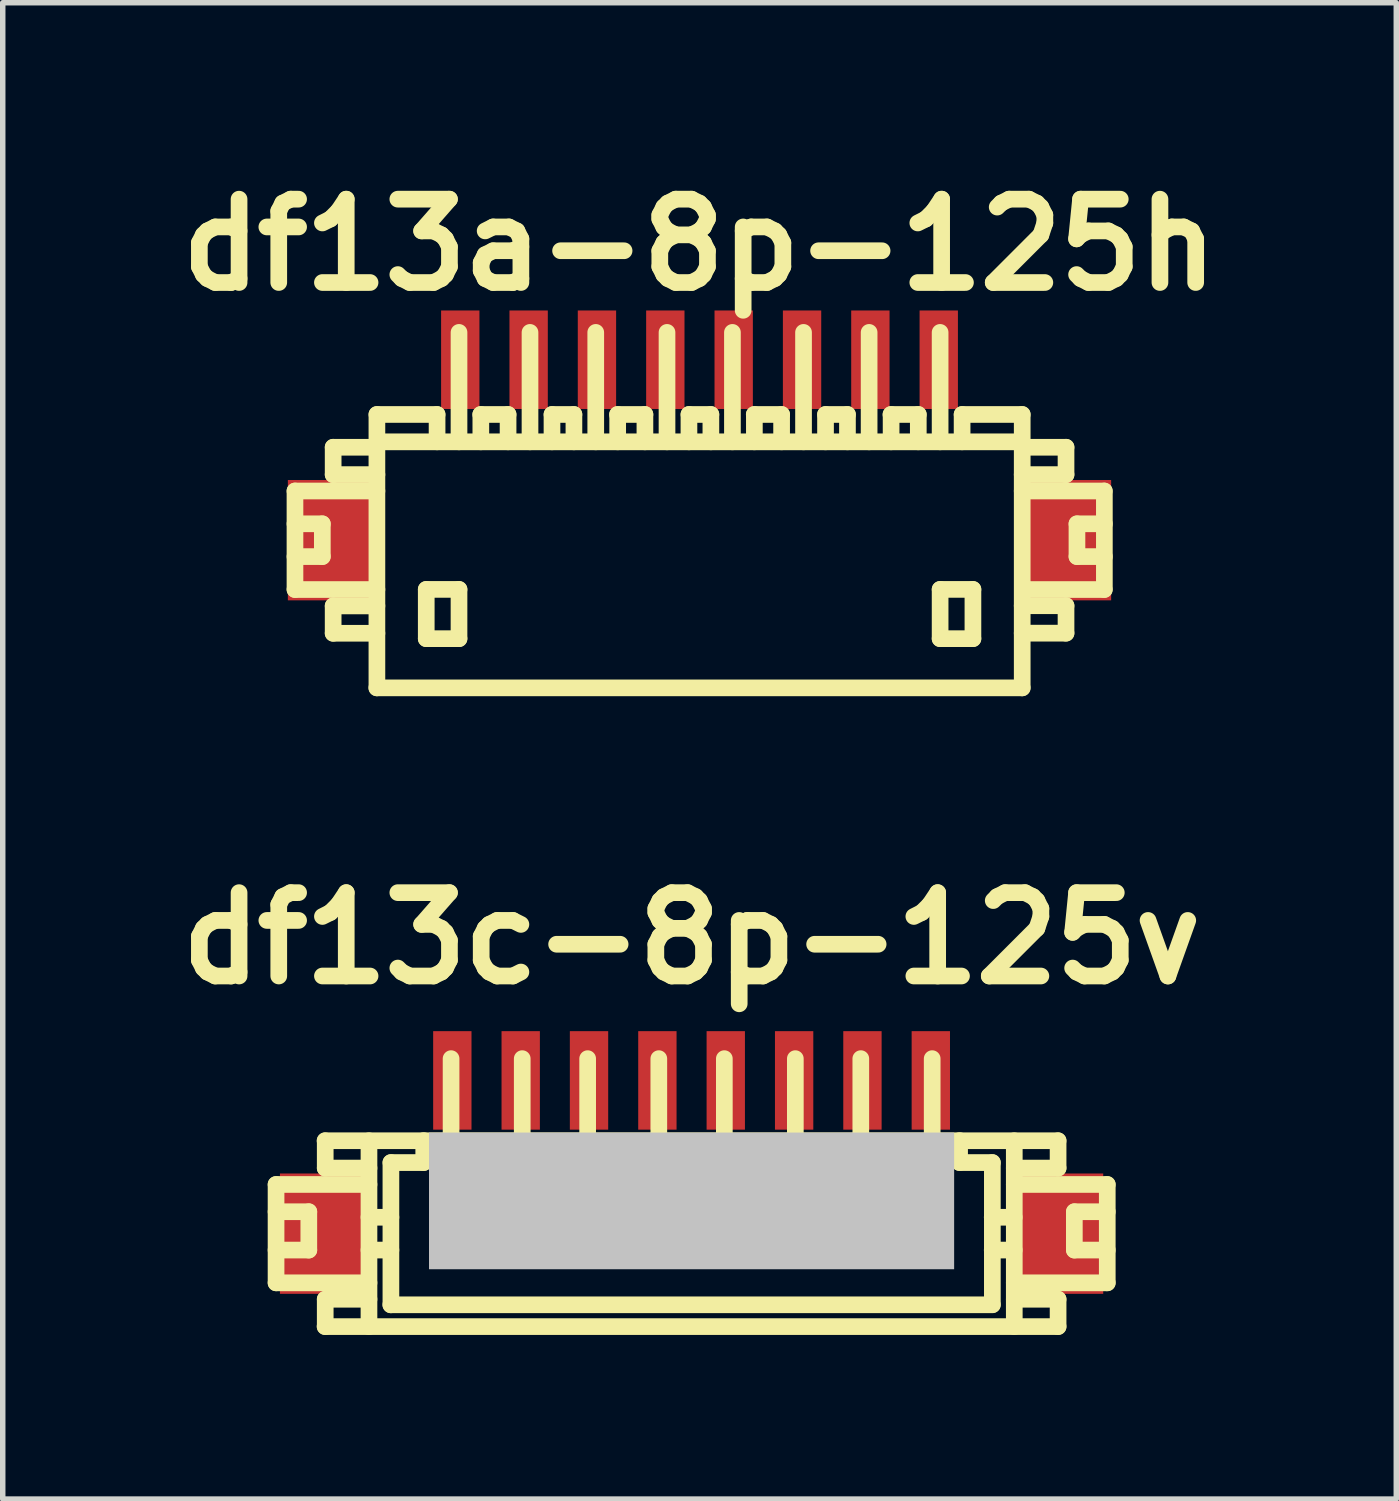
<source format=kicad_pcb>
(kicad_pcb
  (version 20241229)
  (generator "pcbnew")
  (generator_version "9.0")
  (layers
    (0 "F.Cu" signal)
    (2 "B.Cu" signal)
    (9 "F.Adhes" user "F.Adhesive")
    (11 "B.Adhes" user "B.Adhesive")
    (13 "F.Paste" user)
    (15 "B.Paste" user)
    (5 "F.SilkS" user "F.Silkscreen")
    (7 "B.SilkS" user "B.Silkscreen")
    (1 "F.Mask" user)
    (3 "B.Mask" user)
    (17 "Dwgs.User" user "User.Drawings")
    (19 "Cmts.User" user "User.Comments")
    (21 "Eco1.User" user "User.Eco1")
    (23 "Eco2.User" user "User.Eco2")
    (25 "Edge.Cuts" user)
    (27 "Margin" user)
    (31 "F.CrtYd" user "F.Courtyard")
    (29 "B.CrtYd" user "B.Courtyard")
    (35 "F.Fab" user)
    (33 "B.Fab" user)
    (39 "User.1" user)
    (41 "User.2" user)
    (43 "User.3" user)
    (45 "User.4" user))
  (footprint "df13a-8p-125h"
    (layer "F.Cu")
    (at 9.739 7.027)
    (property "Reference" "df13a-8p-125h" (at 0 -5.601 0) (layer "F.SilkS") (effects (font (size 1.524 1.524) (thickness 0.305))))
    (attr through_hole)
    (fp_line (start -7.396 -1.1) (end -7.396 0.701) (stroke (width 0.305) (type solid)) (layer "F.SilkS"))
    (fp_line (start -7.396 0.701) (end -5.898 0.701) (stroke (width 0.305) (type solid)) (layer "F.SilkS"))
    (fp_line (start -6.896 -0.5) (end -7.396 -0.5) (stroke (width 0.305) (type solid)) (layer "F.SilkS"))
    (fp_line (start -6.896 0.099) (end -7.396 0.099) (stroke (width 0.305) (type solid)) (layer "F.SilkS"))
    (fp_line (start -6.896 0.099) (end -6.896 -0.5) (stroke (width 0.305) (type solid)) (layer "F.SilkS"))
    (fp_line (start -6.698 -1.9) (end -6.698 -1.4) (stroke (width 0.305) (type solid)) (layer "F.SilkS"))
    (fp_line (start -6.698 -1.9) (end -5.898 -1.9) (stroke (width 0.305) (type solid)) (layer "F.SilkS"))
    (fp_line (start -6.698 1.001) (end -6.698 1.501) (stroke (width 0.305) (type solid)) (layer "F.SilkS"))
    (fp_line (start -6.698 1.501) (end -5.898 1.501) (stroke (width 0.305) (type solid)) (layer "F.SilkS"))
    (fp_line (start -5.9 -1.999) (end 5.9 -1.999) (stroke (width 0.305) (type solid)) (layer "F.SilkS"))
    (fp_line (start -5.9 2.499) (end 5.9 2.499) (stroke (width 0.305) (type solid)) (layer "F.SilkS"))
    (fp_line (start -5.898 -1.4) (end -6.698 -1.4) (stroke (width 0.305) (type solid)) (layer "F.SilkS"))
    (fp_line (start -5.898 -1.1) (end -7.396 -1.1) (stroke (width 0.305) (type solid)) (layer "F.SilkS"))
    (fp_line (start -5.898 1.001) (end -6.698 1.001) (stroke (width 0.305) (type solid)) (layer "F.SilkS"))
    (fp_line (start -5.898 2.499) (end -5.898 -2.499) (stroke (width 0.305) (type solid)) (layer "F.SilkS"))
    (fp_line (start -4.996 0.699) (end -4.996 1.6) (stroke (width 0.305) (type solid)) (layer "F.SilkS"))
    (fp_line (start -4.996 1.6) (end -4.397 1.6) (stroke (width 0.305) (type solid)) (layer "F.SilkS"))
    (fp_line (start -4.798 -2.499) (end -5.898 -2.499) (stroke (width 0.305) (type solid)) (layer "F.SilkS"))
    (fp_line (start -4.798 -2.499) (end -4.798 -1.999) (stroke (width 0.305) (type solid)) (layer "F.SilkS"))
    (fp_line (start -4.397 -4) (end -4.397 -1.999) (stroke (width 0.305) (type solid)) (layer "F.SilkS"))
    (fp_line (start -4.397 0.699) (end -4.996 0.699) (stroke (width 0.305) (type solid)) (layer "F.SilkS"))
    (fp_line (start -4.397 1.6) (end -4.397 0.699) (stroke (width 0.305) (type solid)) (layer "F.SilkS"))
    (fp_line (start -4 -2.499) (end -3.5 -2.499) (stroke (width 0.305) (type solid)) (layer "F.SilkS"))
    (fp_line (start -3.998 -1.999) (end -3.998 -2.499) (stroke (width 0.305) (type solid)) (layer "F.SilkS"))
    (fp_line (start -3.5 -2.499) (end -3.5 -1.999) (stroke (width 0.305) (type solid)) (layer "F.SilkS"))
    (fp_line (start -3.099 -1.999) (end -3.099 -4) (stroke (width 0.305) (type solid)) (layer "F.SilkS"))
    (fp_line (start -2.697 -2.499) (end -2.697 -1.999) (stroke (width 0.305) (type solid)) (layer "F.SilkS"))
    (fp_line (start -2.296 -2.499) (end -2.697 -2.499) (stroke (width 0.305) (type solid)) (layer "F.SilkS"))
    (fp_line (start -2.296 -2.499) (end -2.296 -1.999) (stroke (width 0.305) (type solid)) (layer "F.SilkS"))
    (fp_line (start -1.897 -1.999) (end -1.897 -4) (stroke (width 0.305) (type solid)) (layer "F.SilkS"))
    (fp_line (start -1.499 -2.499) (end -0.998 -2.499) (stroke (width 0.305) (type solid)) (layer "F.SilkS"))
    (fp_line (start -1.496 -1.999) (end -1.496 -2.499) (stroke (width 0.305) (type solid)) (layer "F.SilkS"))
    (fp_line (start -0.998 -2.499) (end -0.998 -1.999) (stroke (width 0.305) (type solid)) (layer "F.SilkS"))
    (fp_line (start -0.594 -1.999) (end -0.594 -4) (stroke (width 0.305) (type solid)) (layer "F.SilkS"))
    (fp_line (start -0.193 -2.499) (end -0.193 -1.999) (stroke (width 0.305) (type solid)) (layer "F.SilkS"))
    (fp_line (start 0.208 -2.499) (end -0.193 -2.499) (stroke (width 0.305) (type solid)) (layer "F.SilkS"))
    (fp_line (start 0.208 -2.499) (end 0.208 -1.999) (stroke (width 0.305) (type solid)) (layer "F.SilkS"))
    (fp_line (start 0.602 -1.999) (end 0.602 -4) (stroke (width 0.305) (type solid)) (layer "F.SilkS"))
    (fp_line (start 1.001 -2.499) (end 1.501 -2.499) (stroke (width 0.305) (type solid)) (layer "F.SilkS"))
    (fp_line (start 1.003 -1.999) (end 1.003 -2.499) (stroke (width 0.305) (type solid)) (layer "F.SilkS"))
    (fp_line (start 1.501 -2.499) (end 1.501 -1.999) (stroke (width 0.305) (type solid)) (layer "F.SilkS"))
    (fp_line (start 1.902 -1.999) (end 1.902 -4) (stroke (width 0.305) (type solid)) (layer "F.SilkS"))
    (fp_line (start 2.304 -2.499) (end 2.304 -1.999) (stroke (width 0.305) (type solid)) (layer "F.SilkS"))
    (fp_line (start 2.705 -2.499) (end 2.304 -2.499) (stroke (width 0.305) (type solid)) (layer "F.SilkS"))
    (fp_line (start 2.705 -2.499) (end 2.705 -1.999) (stroke (width 0.305) (type solid)) (layer "F.SilkS"))
    (fp_line (start 3.101 -1.999) (end 3.101 -4) (stroke (width 0.305) (type solid)) (layer "F.SilkS"))
    (fp_line (start 3.5 -2.499) (end 4 -2.499) (stroke (width 0.305) (type solid)) (layer "F.SilkS"))
    (fp_line (start 3.503 -1.999) (end 3.503 -2.499) (stroke (width 0.305) (type solid)) (layer "F.SilkS"))
    (fp_line (start 4 -2.499) (end 4 -1.999) (stroke (width 0.305) (type solid)) (layer "F.SilkS"))
    (fp_line (start 4.399 -1.999) (end 4.399 -4) (stroke (width 0.305) (type solid)) (layer "F.SilkS"))
    (fp_line (start 4.399 0.699) (end 4.999 0.699) (stroke (width 0.305) (type solid)) (layer "F.SilkS"))
    (fp_line (start 4.399 1.6) (end 4.399 0.699) (stroke (width 0.305) (type solid)) (layer "F.SilkS"))
    (fp_line (start 4.801 -2.499) (end 4.801 -1.999) (stroke (width 0.305) (type solid)) (layer "F.SilkS"))
    (fp_line (start 4.999 0.699) (end 4.999 1.6) (stroke (width 0.305) (type solid)) (layer "F.SilkS"))
    (fp_line (start 4.999 1.6) (end 4.399 1.6) (stroke (width 0.305) (type solid)) (layer "F.SilkS"))
    (fp_line (start 5.9 -2.499) (end 4.801 -2.499) (stroke (width 0.305) (type solid)) (layer "F.SilkS"))
    (fp_line (start 5.9 -2.499) (end 5.9 2.499) (stroke (width 0.305) (type solid)) (layer "F.SilkS"))
    (fp_line (start 5.9 -1.9) (end 6.701 -1.9) (stroke (width 0.305) (type solid)) (layer "F.SilkS"))
    (fp_line (start 5.9 0.998) (end 6.701 0.998) (stroke (width 0.305) (type solid)) (layer "F.SilkS"))
    (fp_line (start 6.701 -1.9) (end 6.701 -1.4) (stroke (width 0.305) (type solid)) (layer "F.SilkS"))
    (fp_line (start 6.701 -1.4) (end 5.9 -1.4) (stroke (width 0.305) (type solid)) (layer "F.SilkS"))
    (fp_line (start 6.701 0.998) (end 6.701 1.499) (stroke (width 0.305) (type solid)) (layer "F.SilkS"))
    (fp_line (start 6.701 1.499) (end 5.9 1.499) (stroke (width 0.305) (type solid)) (layer "F.SilkS"))
    (fp_line (start 6.901 0.099) (end 6.901 -0.5) (stroke (width 0.305) (type solid)) (layer "F.SilkS"))
    (fp_line (start 7.399 -1.1) (end 5.9 -1.1) (stroke (width 0.305) (type solid)) (layer "F.SilkS"))
    (fp_line (start 7.399 0.701) (end 5.999 0.701) (stroke (width 0.305) (type solid)) (layer "F.SilkS"))
    (fp_line (start 7.402 -1.1) (end 7.402 0.701) (stroke (width 0.305) (type solid)) (layer "F.SilkS"))
    (fp_line (start 7.402 -0.5) (end 6.901 -0.5) (stroke (width 0.305) (type solid)) (layer "F.SilkS"))
    (fp_line (start 7.402 0.099) (end 6.901 0.099) (stroke (width 0.305) (type solid)) (layer "F.SilkS"))
    (pad "" smd rect (at -6.726 -0.201) (size 1.6 2.2) (layers "F.Cu" "F.Mask" "F.Paste"))
    (pad "" smd rect (at 6.726 -0.201) (size 1.6 2.2) (layers "F.Cu" "F.Mask" "F.Paste"))
    (pad "1" smd rect (at 4.374 -3.5) (size 0.701 1.801) (layers "F.Cu" "F.Mask" "F.Paste"))
    (pad "2" smd rect (at 3.124 -3.5) (size 0.701 1.801) (layers "F.Cu" "F.Mask" "F.Paste"))
    (pad "3" smd rect (at 1.875 -3.5) (size 0.701 1.801) (layers "F.Cu" "F.Mask" "F.Paste"))
    (pad "4" smd rect (at 0.625 -3.5) (size 0.701 1.801) (layers "F.Cu" "F.Mask" "F.Paste"))
    (pad "5" smd rect (at -0.625 -3.5) (size 0.701 1.801) (layers "F.Cu" "F.Mask" "F.Paste"))
    (pad "6" smd rect (at -1.875 -3.5) (size 0.701 1.801) (layers "F.Cu" "F.Mask" "F.Paste"))
    (pad "7" smd rect (at -3.124 -3.5) (size 0.701 1.801) (layers "F.Cu" "F.Mask" "F.Paste"))
    (pad "8" smd rect (at -4.374 -3.5) (size 0.701 1.801) (layers "F.Cu" "F.Mask" "F.Paste")))
  (footprint "df13c-8p-125v"
    (layer "F.Cu")
    (at 9.594 18.705)
    (property "Reference" "df13c-8p-125v" (at 0 -4.6 0) (layer "F.SilkS") (effects (font (size 1.524 1.524) (thickness 0.305))))
    (attr through_hole)
    (fp_line (start -7.597 -0.099) (end -5.898 -0.099) (stroke (width 0.305) (type solid)) (layer "F.SilkS"))
    (fp_line (start -7.597 0.399) (end -6.998 0.399) (stroke (width 0.305) (type solid)) (layer "F.SilkS"))
    (fp_line (start -7.597 1.699) (end -7.597 -0.099) (stroke (width 0.305) (type solid)) (layer "F.SilkS"))
    (fp_line (start -7.597 1.699) (end -5.898 1.699) (stroke (width 0.305) (type solid)) (layer "F.SilkS"))
    (fp_line (start -6.998 0.399) (end -6.998 1.1) (stroke (width 0.305) (type solid)) (layer "F.SilkS"))
    (fp_line (start -6.998 1.1) (end -7.597 1.1) (stroke (width 0.305) (type solid)) (layer "F.SilkS"))
    (fp_line (start -6.698 -0.399) (end -6.698 -0.899) (stroke (width 0.305) (type solid)) (layer "F.SilkS"))
    (fp_line (start -6.698 2.499) (end -6.698 1.999) (stroke (width 0.305) (type solid)) (layer "F.SilkS"))
    (fp_line (start -5.898 -0.899) (end -5.898 2.499) (stroke (width 0.305) (type solid)) (layer "F.SilkS"))
    (fp_line (start -5.898 -0.399) (end -6.698 -0.399) (stroke (width 0.305) (type solid)) (layer "F.SilkS"))
    (fp_line (start -5.898 0.5) (end -5.497 0.5) (stroke (width 0.305) (type solid)) (layer "F.SilkS"))
    (fp_line (start -5.898 1.1) (end -5.497 1.1) (stroke (width 0.305) (type solid)) (layer "F.SilkS"))
    (fp_line (start -5.898 1.999) (end -6.698 1.999) (stroke (width 0.305) (type solid)) (layer "F.SilkS"))
    (fp_line (start -5.499 2.101) (end 5.499 2.101) (stroke (width 0.305) (type solid)) (layer "F.SilkS"))
    (fp_line (start -5.497 -0.5) (end -4.897 -0.5) (stroke (width 0.305) (type solid)) (layer "F.SilkS"))
    (fp_line (start -5.497 2.101) (end -5.497 -0.5) (stroke (width 0.305) (type solid)) (layer "F.SilkS"))
    (fp_line (start -4.897 -0.902) (end -4.897 -0.5) (stroke (width 0.305) (type solid)) (layer "F.SilkS"))
    (fp_line (start -4.498 0.998) (end -4.498 1.199) (stroke (width 0.305) (type solid)) (layer "F.SilkS"))
    (fp_line (start -4.498 1.199) (end -4.298 1.199) (stroke (width 0.305) (type solid)) (layer "F.SilkS"))
    (fp_line (start -4.397 -0.902) (end -4.397 -2.4) (stroke (width 0.305) (type solid)) (layer "F.SilkS"))
    (fp_line (start -4.298 0.998) (end -4.498 0.998) (stroke (width 0.305) (type solid)) (layer "F.SilkS"))
    (fp_line (start -4.298 1.199) (end -4.298 0.998) (stroke (width 0.305) (type solid)) (layer "F.SilkS"))
    (fp_line (start -3.2 1.001) (end -3.002 1.001) (stroke (width 0.305) (type solid)) (layer "F.SilkS"))
    (fp_line (start -3.2 1.199) (end -3.2 1.001) (stroke (width 0.305) (type solid)) (layer "F.SilkS"))
    (fp_line (start -3.096 -0.899) (end -3.096 -2.4) (stroke (width 0.305) (type solid)) (layer "F.SilkS"))
    (fp_line (start -3.002 1.001) (end -3.002 1.199) (stroke (width 0.305) (type solid)) (layer "F.SilkS"))
    (fp_line (start -3.002 1.199) (end -3.2 1.199) (stroke (width 0.305) (type solid)) (layer "F.SilkS"))
    (fp_line (start -1.999 1.001) (end -1.801 1.001) (stroke (width 0.305) (type solid)) (layer "F.SilkS"))
    (fp_line (start -1.999 1.199) (end -1.999 1.001) (stroke (width 0.305) (type solid)) (layer "F.SilkS"))
    (fp_line (start -1.9 -2.4) (end -1.9 -0.899) (stroke (width 0.305) (type solid)) (layer "F.SilkS"))
    (fp_line (start -1.801 1.001) (end -1.801 1.199) (stroke (width 0.305) (type solid)) (layer "F.SilkS"))
    (fp_line (start -1.801 1.199) (end -1.999 1.199) (stroke (width 0.305) (type solid)) (layer "F.SilkS"))
    (fp_line (start -0.699 1.001) (end -0.5 1.001) (stroke (width 0.305) (type solid)) (layer "F.SilkS"))
    (fp_line (start -0.699 1.199) (end -0.699 1.001) (stroke (width 0.305) (type solid)) (layer "F.SilkS"))
    (fp_line (start -0.599 -0.899) (end -0.599 -2.4) (stroke (width 0.305) (type solid)) (layer "F.SilkS"))
    (fp_line (start -0.5 1.001) (end -0.5 1.199) (stroke (width 0.305) (type solid)) (layer "F.SilkS"))
    (fp_line (start -0.5 1.199) (end -0.699 1.199) (stroke (width 0.305) (type solid)) (layer "F.SilkS"))
    (fp_line (start 0.498 1.001) (end 0.699 1.001) (stroke (width 0.305) (type solid)) (layer "F.SilkS"))
    (fp_line (start 0.498 1.199) (end 0.498 1.001) (stroke (width 0.305) (type solid)) (layer "F.SilkS"))
    (fp_line (start 0.599 -2.4) (end 0.599 -0.899) (stroke (width 0.305) (type solid)) (layer "F.SilkS"))
    (fp_line (start 0.699 1.001) (end 0.699 1.199) (stroke (width 0.305) (type solid)) (layer "F.SilkS"))
    (fp_line (start 0.699 1.199) (end 0.498 1.199) (stroke (width 0.305) (type solid)) (layer "F.SilkS"))
    (fp_line (start 1.796 1.001) (end 1.994 1.001) (stroke (width 0.305) (type solid)) (layer "F.SilkS"))
    (fp_line (start 1.796 1.199) (end 1.796 1.001) (stroke (width 0.305) (type solid)) (layer "F.SilkS"))
    (fp_line (start 1.897 -0.899) (end 1.897 -2.4) (stroke (width 0.305) (type solid)) (layer "F.SilkS"))
    (fp_line (start 1.994 1.001) (end 1.994 1.199) (stroke (width 0.305) (type solid)) (layer "F.SilkS"))
    (fp_line (start 1.994 1.199) (end 1.796 1.199) (stroke (width 0.305) (type solid)) (layer "F.SilkS"))
    (fp_line (start 3 0.998) (end 3.2 0.998) (stroke (width 0.305) (type solid)) (layer "F.SilkS"))
    (fp_line (start 3 1.199) (end 3 0.998) (stroke (width 0.305) (type solid)) (layer "F.SilkS"))
    (fp_line (start 3.094 -0.899) (end 3.094 -2.4) (stroke (width 0.305) (type solid)) (layer "F.SilkS"))
    (fp_line (start 3.2 0.998) (end 3.2 1.199) (stroke (width 0.305) (type solid)) (layer "F.SilkS"))
    (fp_line (start 3.2 1.199) (end 3 1.199) (stroke (width 0.305) (type solid)) (layer "F.SilkS"))
    (fp_line (start 4.3 1.001) (end 4.501 1.001) (stroke (width 0.305) (type solid)) (layer "F.SilkS"))
    (fp_line (start 4.3 1.199) (end 4.3 1.001) (stroke (width 0.305) (type solid)) (layer "F.SilkS"))
    (fp_line (start 4.399 -0.902) (end 4.399 -2.4) (stroke (width 0.305) (type solid)) (layer "F.SilkS"))
    (fp_line (start 4.501 1.001) (end 4.501 1.199) (stroke (width 0.305) (type solid)) (layer "F.SilkS"))
    (fp_line (start 4.501 1.199) (end 4.3 1.199) (stroke (width 0.305) (type solid)) (layer "F.SilkS"))
    (fp_line (start 4.9 -0.5) (end 4.9 -0.902) (stroke (width 0.305) (type solid)) (layer "F.SilkS"))
    (fp_line (start 5.497 1.1) (end 5.898 1.1) (stroke (width 0.305) (type solid)) (layer "F.SilkS"))
    (fp_line (start 5.499 -0.5) (end 4.9 -0.5) (stroke (width 0.305) (type solid)) (layer "F.SilkS"))
    (fp_line (start 5.499 2.098) (end 5.499 -0.5) (stroke (width 0.305) (type solid)) (layer "F.SilkS"))
    (fp_line (start 5.898 0.5) (end 5.497 0.5) (stroke (width 0.305) (type solid)) (layer "F.SilkS"))
    (fp_line (start 5.9 -0.899) (end 5.9 2.499) (stroke (width 0.305) (type solid)) (layer "F.SilkS"))
    (fp_line (start 6.701 -0.899) (end -6.701 -0.899) (stroke (width 0.305) (type solid)) (layer "F.SilkS"))
    (fp_line (start 6.701 -0.399) (end 5.9 -0.399) (stroke (width 0.305) (type solid)) (layer "F.SilkS"))
    (fp_line (start 6.701 -0.399) (end 6.701 -0.899) (stroke (width 0.305) (type solid)) (layer "F.SilkS"))
    (fp_line (start 6.701 1.999) (end 5.9 1.999) (stroke (width 0.305) (type solid)) (layer "F.SilkS"))
    (fp_line (start 6.701 2.499) (end -6.701 2.499) (stroke (width 0.305) (type solid)) (layer "F.SilkS"))
    (fp_line (start 6.701 2.499) (end 6.701 1.999) (stroke (width 0.305) (type solid)) (layer "F.SilkS"))
    (fp_line (start 6.998 0.399) (end 6.998 1.1) (stroke (width 0.305) (type solid)) (layer "F.SilkS"))
    (fp_line (start 7 0.399) (end 7.6 0.399) (stroke (width 0.305) (type solid)) (layer "F.SilkS"))
    (fp_line (start 7 1.1) (end 7.6 1.1) (stroke (width 0.305) (type solid)) (layer "F.SilkS"))
    (fp_line (start 7.6 -0.099) (end 5.9 -0.099) (stroke (width 0.305) (type solid)) (layer "F.SilkS"))
    (fp_line (start 7.6 -0.099) (end 7.6 1.699) (stroke (width 0.305) (type solid)) (layer "F.SilkS"))
    (fp_line (start 7.6 1.699) (end 5.9 1.699) (stroke (width 0.305) (type solid)) (layer "F.SilkS"))
    (pad "" smd rect (at -6.726 0.8) (size 1.6 2.2) (layers "F.Cu" "F.Mask" "F.Paste"))
    (pad "" smd rect (at 0 0.201) (size 9.601 2.499) (layers "Dwgs.User"))
    (pad "" smd rect (at 6.726 0.8) (size 1.6 2.2) (layers "F.Cu" "F.Mask" "F.Paste"))
    (pad "1" smd rect (at -4.374 -2.002) (size 0.701 1.801) (layers "F.Cu" "F.Mask" "F.Paste"))
    (pad "2" smd rect (at -3.124 -2.002) (size 0.701 1.801) (layers "F.Cu" "F.Mask" "F.Paste"))
    (pad "3" smd rect (at -1.875 -2.002) (size 0.701 1.801) (layers "F.Cu" "F.Mask" "F.Paste"))
    (pad "4" smd rect (at -0.625 -2.002) (size 0.701 1.801) (layers "F.Cu" "F.Mask" "F.Paste"))
    (pad "5" smd rect (at 0.625 -2.002) (size 0.701 1.801) (layers "F.Cu" "F.Mask" "F.Paste"))
    (pad "6" smd rect (at 1.875 -2.002) (size 0.701 1.801) (layers "F.Cu" "F.Mask" "F.Paste"))
    (pad "7" smd rect (at 3.124 -2.002) (size 0.701 1.801) (layers "F.Cu" "F.Mask" "F.Paste"))
    (pad "8" smd rect (at 4.374 -2.002) (size 0.701 1.801) (layers "F.Cu" "F.Mask" "F.Paste")))
  (gr_rect
    (start -3 -3)
    (end 22.478 24.357)
    (stroke (width 0.1) (type default))
    (fill no)
    (layer "Edge.Cuts")))
</source>
